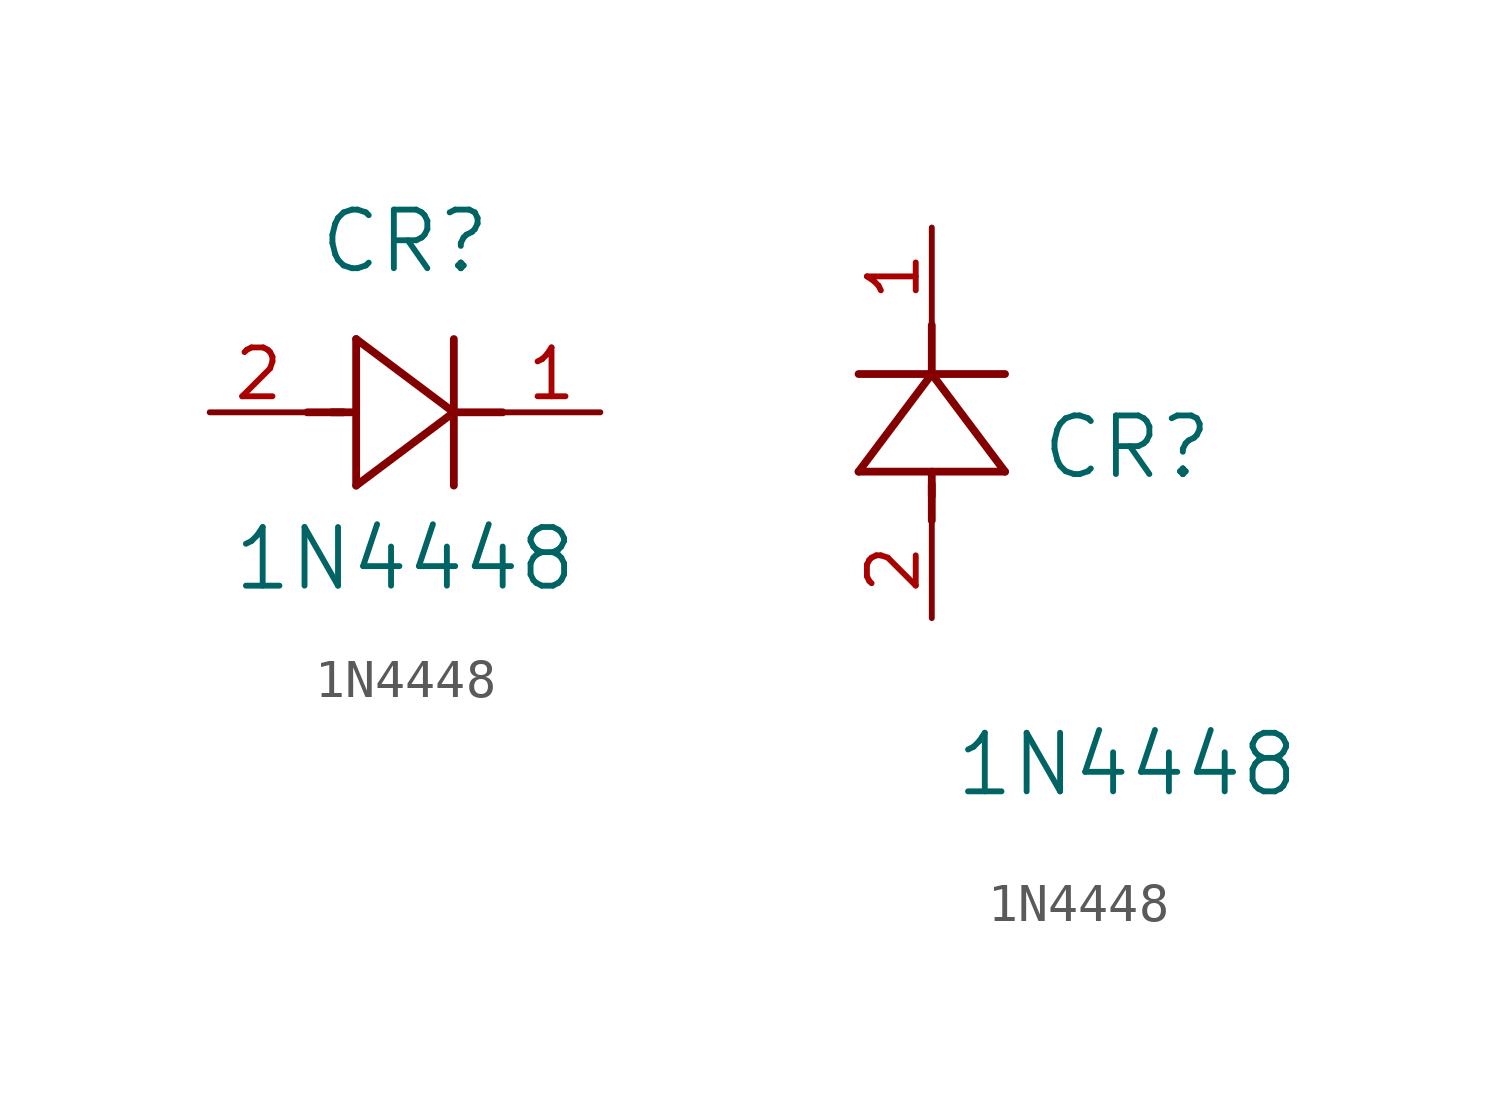
<source format=kicad_sym>
(kicad_symbol_lib
  (version 20211014)
  (generator kicad_symbol_editor)
  (symbol "1N4448"
    (pin_names
      (offset 0.254))
    (property "Reference" "CR"
      (at 5.08 4.445 0)
      (effects (font (size 1.524 1.524))))
    (property "Value" "1N4448"
      (at 5.08 -3.81 0)
      (effects (font (size 1.524 1.524))))
    (symbol "1N4448_1_1"
      (polyline (pts (xy 2.54 0) (xy 3.48 0)) (stroke (width 0.203) (type default) (color 0 0 0 0)) (fill (type none)))
      (polyline (pts (xy 3.81 1.905) (xy 3.81 -1.905)) (stroke (width 0.203) (type default) (color 0 0 0 0)) (fill (type none)))
      (polyline (pts (xy 3.175 0) (xy 3.81 0)) (stroke (width 0.203) (type default) (color 0 0 0 0)) (fill (type none)))
      (polyline (pts (xy 6.35 -1.905) (xy 6.35 1.905)) (stroke (width 0.203) (type default) (color 0 0 0 0)) (fill (type none)))
      (polyline (pts (xy 6.35 0) (xy 7.62 0)) (stroke (width 0.203) (type default) (color 0 0 0 0)) (fill (type none)))
      (polyline (pts (xy 6.35 0) (xy 3.81 1.905)) (stroke (width 0.203) (type default) (color 0 0 0 0)) (fill (type none)))
      (polyline (pts (xy 3.81 -1.905) (xy 6.35 0)) (stroke (width 0.203) (type default) (color 0 0 0 0)) (fill (type none)))
      (pin unspecified line (at 10.16 0 180) (length 2.54) (name "" (effects (font (size 1.27 1.27)))) (number "1" (effects (font (size 1.27 1.27)))))
      (pin unspecified line (at 0 0 0) (length 2.54) (name "" (effects (font (size 1.27 1.27)))) (number "2" (effects (font (size 1.27 1.27))))))
    (symbol "1N4448_1_2"
      (polyline (pts (xy 0 2.54) (xy 0 3.48)) (stroke (width 0.203) (type default) (color 0 0 0 0)) (fill (type none)))
      (polyline (pts (xy -1.905 3.81) (xy 1.905 3.81)) (stroke (width 0.203) (type default) (color 0 0 0 0)) (fill (type none)))
      (polyline (pts (xy 0 3.175) (xy 0 3.81)) (stroke (width 0.203) (type default) (color 0 0 0 0)) (fill (type none)))
      (polyline (pts (xy 1.905 6.35) (xy -1.905 6.35)) (stroke (width 0.203) (type default) (color 0 0 0 0)) (fill (type none)))
      (polyline (pts (xy 0 6.35) (xy 0 7.62)) (stroke (width 0.203) (type default) (color 0 0 0 0)) (fill (type none)))
      (polyline (pts (xy 0 6.35) (xy -1.905 3.81)) (stroke (width 0.203) (type default) (color 0 0 0 0)) (fill (type none)))
      (polyline (pts (xy 1.905 3.81) (xy 0 6.35)) (stroke (width 0.203) (type default) (color 0 0 0 0)) (fill (type none)))
      (pin unspecified line (at 0 10.16 270) (length 2.54) (name "" (effects (font (size 1.27 1.27)))) (number "1" (effects (font (size 1.27 1.27)))))
      (pin unspecified line (at 0 0 90) (length 2.54) (name "" (effects (font (size 1.27 1.27)))) (number "2" (effects (font (size 1.27 1.27))))))))
</source>
